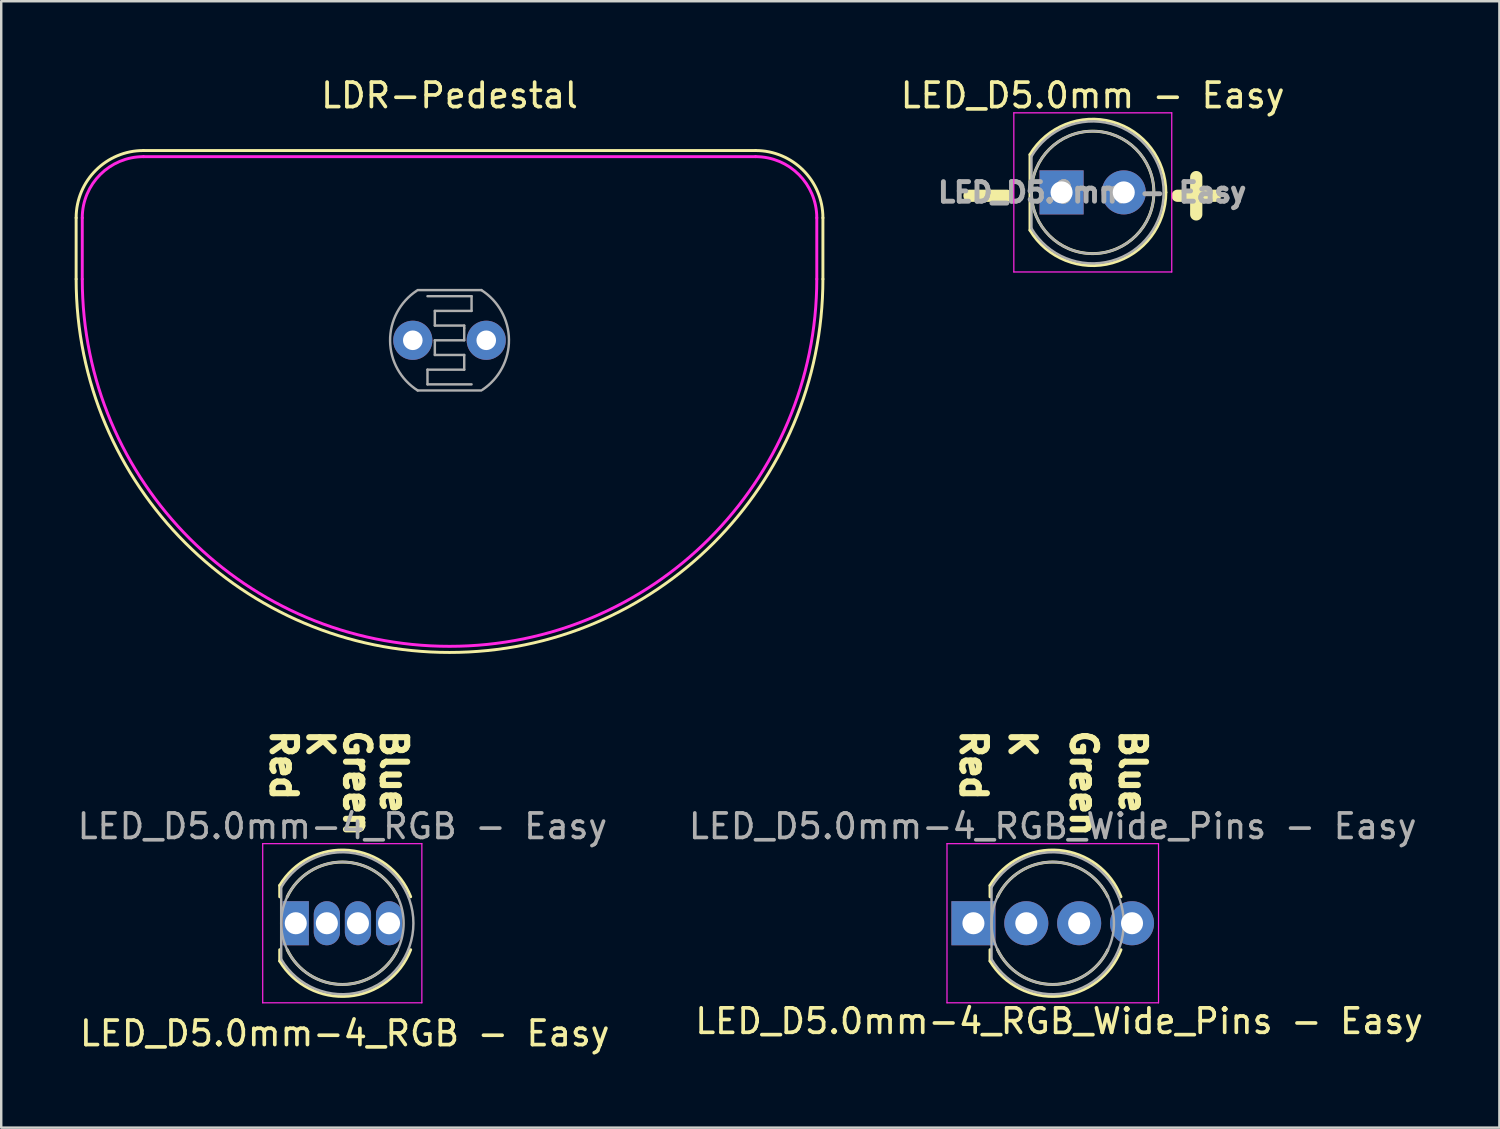
<source format=kicad_pcb>
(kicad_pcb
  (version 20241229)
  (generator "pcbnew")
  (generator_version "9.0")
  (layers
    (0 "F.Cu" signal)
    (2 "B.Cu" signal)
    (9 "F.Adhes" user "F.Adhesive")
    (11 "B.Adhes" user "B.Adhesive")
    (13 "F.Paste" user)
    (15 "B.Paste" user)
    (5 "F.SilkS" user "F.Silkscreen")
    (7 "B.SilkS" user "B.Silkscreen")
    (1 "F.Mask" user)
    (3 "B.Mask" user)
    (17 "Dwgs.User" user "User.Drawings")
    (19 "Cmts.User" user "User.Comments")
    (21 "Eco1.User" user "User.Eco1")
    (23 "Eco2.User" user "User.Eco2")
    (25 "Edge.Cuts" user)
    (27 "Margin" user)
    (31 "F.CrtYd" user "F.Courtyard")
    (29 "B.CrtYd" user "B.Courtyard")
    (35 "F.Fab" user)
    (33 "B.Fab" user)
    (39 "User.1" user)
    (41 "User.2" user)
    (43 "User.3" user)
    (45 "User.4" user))
  (footprint "LED_D5.0mm - Easy"
    (layer "F.Cu")
    (at 40.308 4.808)
    (property "Reference" "LED_D5.0mm - Easy" (at 1.27 -3.96 0) (layer "F.SilkS") (effects (font (size 1 1) (thickness 0.15))))
    (attr through_hole)
    (fp_line (start -1.29 -1.545) (end -1.29 1.545) (stroke (width 0.12) (type solid)) (layer "F.SilkS"))
    (fp_arc (start -1.29 -1.54483) (mid 2.072002 -2.880433) (end 4.26 0.000462) (stroke (width 0.12) (type solid)) (layer "F.SilkS"))
    (fp_arc (start 4.26 -0.000462) (mid 2.072002 2.880433) (end -1.29 1.54483) (stroke (width 0.12) (type solid)) (layer "F.SilkS"))
    (fp_circle (center 1.27 0) (end 3.77 0) (stroke (width 0.12) (type solid)) (fill no) (layer "F.SilkS"))
    (fp_line (start -1.95 -3.25) (end -1.95 3.25) (stroke (width 0.05) (type solid)) (layer "F.CrtYd"))
    (fp_line (start -1.95 3.25) (end 4.5 3.25) (stroke (width 0.05) (type solid)) (layer "F.CrtYd"))
    (fp_line (start 4.5 -3.25) (end -1.95 -3.25) (stroke (width 0.05) (type solid)) (layer "F.CrtYd"))
    (fp_line (start 4.5 3.25) (end 4.5 -3.25) (stroke (width 0.05) (type solid)) (layer "F.CrtYd"))
    (fp_line (start -1.23 -1.47) (end -1.23 1.47) (stroke (width 0.1) (type solid)) (layer "F.Fab"))
    (fp_arc (start -1.23 -1.469694) (mid 4.17 0.000016) (end -1.230016 1.469666) (stroke (width 0.1) (type solid)) (layer "F.Fab"))
    (fp_circle (center 1.27 0) (end 3.77 0) (stroke (width 0.1) (type solid)) (fill no) (layer "F.Fab"))
    (fp_text user "+" (at 5.5 0 0) (unlocked yes) (layer "F.SilkS") (effects (font (size 2 2) (thickness 0.5) (bold yes))))
    (fp_text user "-" (at -3 0 0) (unlocked yes) (layer "F.SilkS") (effects (font (size 2 2) (thickness 0.5) (bold yes))))
    (fp_text user "${REFERENCE}" (at 1.25 0 0) (layer "F.Fab") (effects (font (size 0.8 0.8) (thickness 0.2))))
    (pad "1" thru_hole rect (at 0 0) (size 1.8 1.8) (drill 0.9) (layers "*.Cu" "*.Mask"))
    (pad "2" thru_hole circle (at 2.54 0) (size 1.8 1.8) (drill 0.9) (layers "*.Cu" "*.Mask")))
  (footprint "LED_D5.0mm-4_RGB - Easy"
    (layer "F.Cu")
    (at 9.03 34.658)
    (property "Reference" "LED_D5.0mm-4_RGB - Easy" (at 2 4.5 0) (layer "F.SilkS") (effects (font (size 1 1) (thickness 0.15))))
    (attr through_hole)
    (fp_line (start -0.655 -1.545) (end -0.655 -1.08) (stroke (width 0.12) (type solid)) (layer "F.SilkS"))
    (fp_line (start -0.655 1.08) (end -0.655 1.545) (stroke (width 0.12) (type solid)) (layer "F.SilkS"))
    (fp_arc (start -0.655 -1.54483) (mid 2.163456 -2.978809) (end 4.692815 -1.080827) (stroke (width 0.12) (type solid)) (layer "F.SilkS"))
    (fp_arc (start -0.349684 -1.08) (mid 1.904762 -2.5) (end 4.159479 -1.080429) (stroke (width 0.12) (type solid)) (layer "F.SilkS"))
    (fp_arc (start 4.159479 1.080429) (mid 1.904762 2.5) (end -0.349684 1.08) (stroke (width 0.12) (type solid)) (layer "F.SilkS"))
    (fp_arc (start 4.692815 1.080827) (mid 2.163456 2.978808) (end -0.655 1.54483) (stroke (width 0.12) (type solid)) (layer "F.SilkS"))
    (fp_line (start -1.35 -3.25) (end -1.35 3.25) (stroke (width 0.05) (type solid)) (layer "F.CrtYd"))
    (fp_line (start -1.35 3.25) (end 5.15 3.25) (stroke (width 0.05) (type solid)) (layer "F.CrtYd"))
    (fp_line (start 5.15 -3.25) (end -1.35 -3.25) (stroke (width 0.05) (type solid)) (layer "F.CrtYd"))
    (fp_line (start 5.15 3.25) (end 5.15 -3.25) (stroke (width 0.05) (type solid)) (layer "F.CrtYd"))
    (fp_line (start -0.595 -1.47) (end -0.595 1.47) (stroke (width 0.1) (type solid)) (layer "F.Fab"))
    (fp_arc (start -0.595 -1.469694) (mid 4.805 0.000016) (end -0.595016 1.469666) (stroke (width 0.1) (type solid)) (layer "F.Fab"))
    (fp_circle (center 1.905 0) (end 4.405 0) (stroke (width 0.1) (type solid)) (fill no) (layer "F.Fab"))
    (fp_text user "K" (at 1 -8 270) (unlocked yes) (layer "F.SilkS") (effects (font (size 1 1) (thickness 0.25) (bold yes)) (justify left)))
    (fp_text user "Green" (at 2.5 -8 270) (unlocked yes) (layer "F.SilkS") (effects (font (size 1 1) (thickness 0.25) (bold yes)) (justify left)))
    (fp_text user "Red" (at -0.5 -8 270) (unlocked yes) (layer "F.SilkS") (effects (font (size 1 1) (thickness 0.25) (bold yes)) (justify left)))
    (fp_text user "Blue" (at 4 -8 270) (unlocked yes) (layer "F.SilkS") (effects (font (size 1 1) (thickness 0.25) (bold yes)) (justify left)))
    (fp_text user "${REFERENCE}" (at 1.905 -3.96 0) (layer "F.Fab") (effects (font (size 1 1) (thickness 0.15))))
    (pad "1" thru_hole rect (at 0 0) (size 1.07 1.8) (drill 0.9) (layers "*.Cu" "*.Mask"))
    (pad "2" thru_hole oval (at 1.27 0) (size 1.07 1.8) (drill 0.9) (layers "*.Cu" "*.Mask"))
    (pad "3" thru_hole oval (at 2.54 0) (size 1.07 1.8) (drill 0.9) (layers "*.Cu" "*.Mask"))
    (pad "4" thru_hole oval (at 3.81 0) (size 1.07 1.8) (drill 0.9) (layers "*.Cu" "*.Mask")))
  (footprint "LED_D5.0mm-4_RGB_Wide_Pins - Easy"
    (layer "F.Cu")
    (at 36.708 34.658)
    (property "Reference" "LED_D5.0mm-4_RGB_Wide_Pins - Easy" (at 3.5 4 0) (layer "F.SilkS") (effects (font (size 1 1) (thickness 0.15))))
    (attr through_hole)
    (fp_line (start 0.678 -1.545) (end 0.678 -1.08) (stroke (width 0.12) (type solid)) (layer "F.SilkS"))
    (fp_line (start 0.678 1.08) (end 0.678 1.545) (stroke (width 0.12) (type solid)) (layer "F.SilkS"))
    (fp_arc (start 0.6785 -1.54483) (mid 3.496956 -2.978809) (end 6.026315 -1.080827) (stroke (width 0.12) (type solid)) (layer "F.SilkS"))
    (fp_arc (start 0.983816 -1.08) (mid 3.238262 -2.5) (end 5.492979 -1.080429) (stroke (width 0.12) (type solid)) (layer "F.SilkS"))
    (fp_arc (start 5.492979 1.080429) (mid 3.238262 2.5) (end 0.983816 1.08) (stroke (width 0.12) (type solid)) (layer "F.SilkS"))
    (fp_arc (start 6.026315 1.080827) (mid 3.496956 2.978808) (end 0.6785 1.54483) (stroke (width 0.12) (type solid)) (layer "F.SilkS"))
    (fp_line (start -1.08 -3.25) (end -1.08 3.25) (stroke (width 0.05) (type solid)) (layer "F.CrtYd"))
    (fp_line (start -1.08 3.25) (end 7.56 3.25) (stroke (width 0.05) (type solid)) (layer "F.CrtYd"))
    (fp_line (start 7.56 -3.25) (end -1.08 -3.25) (stroke (width 0.05) (type solid)) (layer "F.CrtYd"))
    (fp_line (start 7.56 3.25) (end 7.56 -3.25) (stroke (width 0.05) (type solid)) (layer "F.CrtYd"))
    (fp_line (start 0.739 -1.47) (end 0.739 1.47) (stroke (width 0.1) (type solid)) (layer "F.Fab"))
    (fp_arc (start 0.7385 -1.469694) (mid 6.1385 0.000016) (end 0.738484 1.469666) (stroke (width 0.1) (type solid)) (layer "F.Fab"))
    (fp_circle (center 3.239 0) (end 5.739 0) (stroke (width 0.1) (type solid)) (fill no) (layer "F.Fab"))
    (fp_text user "K" (at 2 -8 270) (unlocked yes) (layer "F.SilkS") (effects (font (size 1 1) (thickness 0.25) (bold yes)) (justify left)))
    (fp_text user "Green" (at 4.5 -8 270) (unlocked yes) (layer "F.SilkS") (effects (font (size 1 1) (thickness 0.25) (bold yes)) (justify left)))
    (fp_text user "Red" (at 0 -8 270) (unlocked yes) (layer "F.SilkS") (effects (font (size 1 1) (thickness 0.25) (bold yes)) (justify left)))
    (fp_text user "Blue" (at 6.5 -8 270) (unlocked yes) (layer "F.SilkS") (effects (font (size 1 1) (thickness 0.25) (bold yes)) (justify left)))
    (fp_text user "${REFERENCE}" (at 3.239 -3.96 0) (layer "F.Fab") (effects (font (size 1 1) (thickness 0.15))))
    (pad "1" thru_hole rect (at 0 0) (size 1.8 1.8) (drill 0.9) (layers "*.Cu" "*.Mask"))
    (pad "2" thru_hole circle (at 2.159 0) (size 1.8 1.8) (drill 0.9) (layers "*.Cu" "*.Mask"))
    (pad "3" thru_hole circle (at 4.318 0) (size 1.8 1.8) (drill 0.9) (layers "*.Cu" "*.Mask"))
    (pad "4" thru_hole circle (at 6.477 0) (size 1.8 1.8) (drill 0.9) (layers "*.Cu" "*.Mask")))
  (footprint "LDR-Pedestal"
    (layer "F.Cu")
    (at 15.31 10.848)
    (property "Reference" "LDR-Pedestal" (at 0 -10 0) (layer "F.SilkS") (effects (font (size 1 1) (thickness 0.15))))
    (attr through_hole)
    (fp_line (start -15.25 -2.5) (end -15.25 -5) (stroke (width 0.12) (type solid)) (layer "F.SilkS"))
    (fp_line (start -12.5 -7.75) (end 12.5 -7.75) (stroke (width 0.12) (type solid)) (layer "F.SilkS"))
    (fp_line (start 15.25 -2.5) (end 15.25 -5) (stroke (width 0.12) (type solid)) (layer "F.SilkS"))
    (fp_arc (start -15.25 -5) (mid -14.444544 -6.944544) (end -12.5 -7.75) (stroke (width 0.12) (type solid)) (layer "F.SilkS"))
    (fp_arc (start 12.5 -7.75) (mid 14.444544 -6.944544) (end 15.25 -5) (stroke (width 0.12) (type solid)) (layer "F.SilkS"))
    (fp_arc (start 15.25 -2.5) (mid 0 12.75) (end -15.25 -2.5) (stroke (width 0.12) (type solid)) (layer "F.SilkS"))
    (fp_line (start -15 -5) (end -15 -2.5) (stroke (width 0.12) (type solid)) (layer "F.CrtYd"))
    (fp_line (start -12.5 -7.5) (end 12.5 -7.5) (stroke (width 0.12) (type solid)) (layer "F.CrtYd"))
    (fp_line (start 15 -5) (end 15 -2.5) (stroke (width 0.12) (type solid)) (layer "F.CrtYd"))
    (fp_arc (start -15 -5) (mid -14.267767 -6.767767) (end -12.5 -7.5) (stroke (width 0.12) (type solid)) (layer "F.CrtYd"))
    (fp_arc (start 12.5 -7.5) (mid 14.267767 -6.767767) (end 15 -5) (stroke (width 0.12) (type solid)) (layer "F.CrtYd"))
    (fp_arc (start 15 -2.5) (mid 0 12.5) (end -15 -2.5) (stroke (width 0.12) (type solid)) (layer "F.CrtYd"))
    (fp_line (start -1.3 -2.05) (end 1.3 -2.05) (stroke (width 0.1) (type solid)) (layer "F.Fab"))
    (fp_line (start -0.9 -1.8) (end 0.9 -1.8) (stroke (width 0.1) (type solid)) (layer "F.Fab"))
    (fp_line (start -0.9 1.2) (end -0.9 1.8) (stroke (width 0.1) (type solid)) (layer "F.Fab"))
    (fp_line (start -0.9 1.2) (end 0.6 1.2) (stroke (width 0.1) (type solid)) (layer "F.Fab"))
    (fp_line (start -0.9 1.8) (end 0.9 1.8) (stroke (width 0.1) (type solid)) (layer "F.Fab"))
    (fp_line (start -0.6 -1.2) (end 0.9 -1.2) (stroke (width 0.1) (type solid)) (layer "F.Fab"))
    (fp_line (start -0.6 -0.6) (end -0.6 -1.2) (stroke (width 0.1) (type solid)) (layer "F.Fab"))
    (fp_line (start -0.6 0) (end 0.6 0) (stroke (width 0.1) (type solid)) (layer "F.Fab"))
    (fp_line (start -0.6 0.6) (end -0.6 0) (stroke (width 0.1) (type solid)) (layer "F.Fab"))
    (fp_line (start 0.6 -0.6) (end -0.6 -0.6) (stroke (width 0.1) (type solid)) (layer "F.Fab"))
    (fp_line (start 0.6 -0.5) (end 0.6 -0.6) (stroke (width 0.1) (type solid)) (layer "F.Fab"))
    (fp_line (start 0.6 0) (end 0.6 -0.5) (stroke (width 0.1) (type solid)) (layer "F.Fab"))
    (fp_line (start 0.6 0.6) (end -0.6 0.6) (stroke (width 0.1) (type solid)) (layer "F.Fab"))
    (fp_line (start 0.6 1.2) (end 0.6 0.6) (stroke (width 0.1) (type solid)) (layer "F.Fab"))
    (fp_line (start 0.9 -1.8) (end 0.9 -1.2) (stroke (width 0.1) (type solid)) (layer "F.Fab"))
    (fp_line (start 1.3 2.05) (end -1.3 2.05) (stroke (width 0.1) (type solid)) (layer "F.Fab"))
    (fp_arc (start -1.3 2.05) (mid -2.427305 0.026239) (end -1.344011 -2.021419) (stroke (width 0.1) (type solid)) (layer "F.Fab"))
    (fp_arc (start 1.3 -2.05) (mid 2.427305 -0.026239) (end 1.344011 2.021419) (stroke (width 0.1) (type solid)) (layer "F.Fab"))
    (pad "1" thru_hole circle (at -1.5 0) (size 1.6 1.6) (drill 0.8) (layers "*.Cu" "*.Mask"))
    (pad "2" thru_hole circle (at 1.5 0) (size 1.6 1.6) (drill 0.8) (layers "*.Cu" "*.Mask")))
  (gr_rect
    (start -3 -3)
    (end 58.19 43.007)
    (stroke (width 0.1) (type default))
    (fill no)
    (layer "Edge.Cuts")))
</source>
